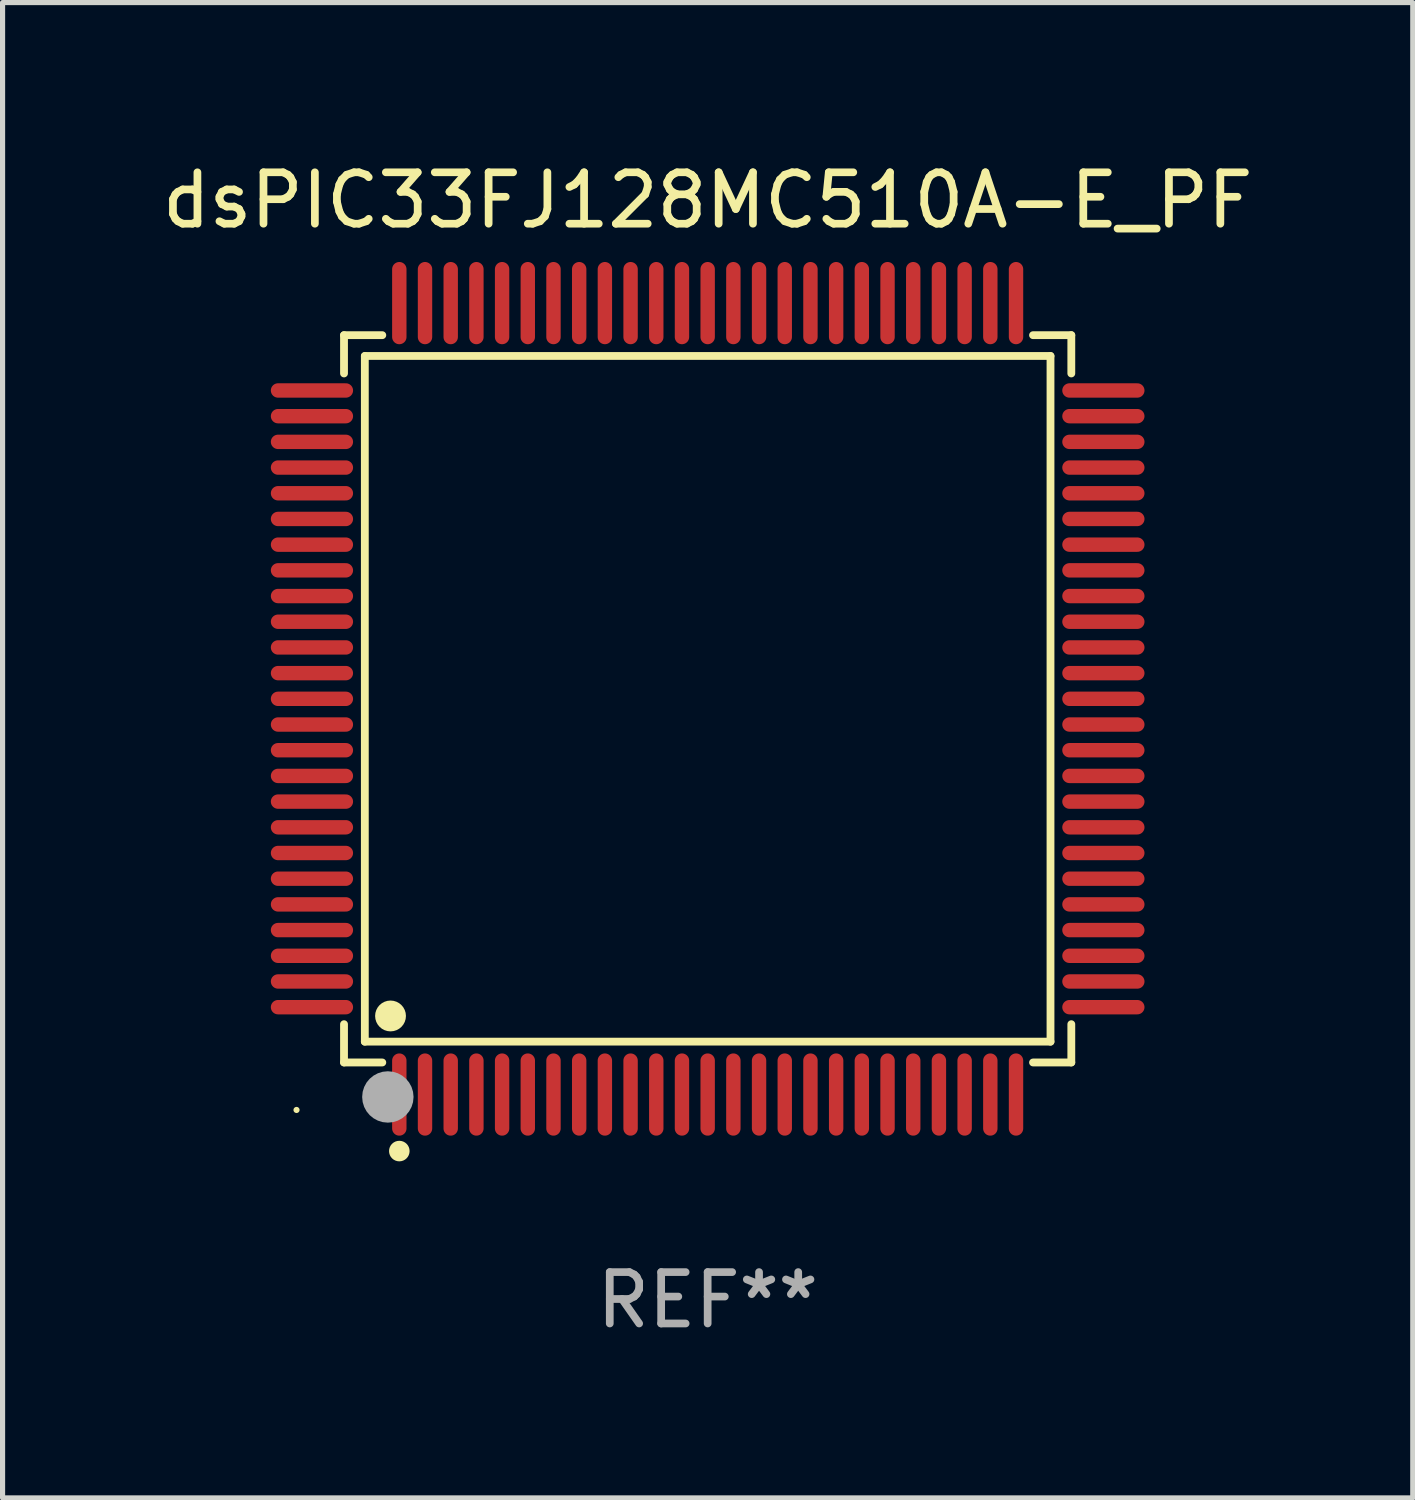
<source format=kicad_pcb>
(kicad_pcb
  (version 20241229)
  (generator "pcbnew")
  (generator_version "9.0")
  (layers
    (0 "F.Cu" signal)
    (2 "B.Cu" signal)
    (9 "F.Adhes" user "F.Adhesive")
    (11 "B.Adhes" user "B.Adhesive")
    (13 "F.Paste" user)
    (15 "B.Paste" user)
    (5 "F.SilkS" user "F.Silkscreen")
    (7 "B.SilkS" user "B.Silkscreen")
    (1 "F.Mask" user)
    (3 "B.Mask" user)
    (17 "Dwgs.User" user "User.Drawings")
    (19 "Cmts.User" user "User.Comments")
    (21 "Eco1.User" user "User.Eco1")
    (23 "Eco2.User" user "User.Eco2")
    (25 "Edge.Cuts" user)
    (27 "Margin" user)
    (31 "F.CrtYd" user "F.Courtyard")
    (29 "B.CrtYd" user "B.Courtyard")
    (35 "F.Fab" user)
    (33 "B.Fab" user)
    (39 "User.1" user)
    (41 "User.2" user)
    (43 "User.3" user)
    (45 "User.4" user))
  (footprint "dsPIC33FJ128MC510A-E_PF"
    (layer "F.Cu")
    (at 10.72 10.548)
    (property "Reference" "dsPIC33FJ128MC510A-E_PF" (at 0 -9.7 0) (layer "F.SilkS") (effects (font (size 1 1) (thickness 0.15))))
    (attr through_hole)
    (fp_line (start -7.076 -7.076) (end -6.331 -7.076) (stroke (width 0.152) (type solid)) (layer "F.SilkS"))
    (fp_line (start -7.076 -6.331) (end -7.076 -7.076) (stroke (width 0.152) (type solid)) (layer "F.SilkS"))
    (fp_line (start -7.076 6.331) (end -7.076 7.076) (stroke (width 0.152) (type solid)) (layer "F.SilkS"))
    (fp_line (start -7.076 7.076) (end -6.331 7.076) (stroke (width 0.152) (type solid)) (layer "F.SilkS"))
    (fp_line (start -6.671 -6.671) (end 6.671 -6.671) (stroke (width 0.152) (type solid)) (layer "F.SilkS"))
    (fp_line (start -6.671 6.671) (end -6.671 -6.671) (stroke (width 0.152) (type solid)) (layer "F.SilkS"))
    (fp_line (start 6.671 -6.671) (end 6.671 6.671) (stroke (width 0.152) (type solid)) (layer "F.SilkS"))
    (fp_line (start 6.671 6.671) (end -6.671 6.671) (stroke (width 0.152) (type solid)) (layer "F.SilkS"))
    (fp_line (start 7.076 -7.076) (end 6.331 -7.076) (stroke (width 0.152) (type solid)) (layer "F.SilkS"))
    (fp_line (start 7.076 -6.331) (end 7.076 -7.076) (stroke (width 0.152) (type solid)) (layer "F.SilkS"))
    (fp_line (start 7.076 6.331) (end 7.076 7.076) (stroke (width 0.152) (type solid)) (layer "F.SilkS"))
    (fp_line (start 7.076 7.076) (end 6.331 7.076) (stroke (width 0.152) (type solid)) (layer "F.SilkS"))
    (fp_circle (center -8 8) (end -7.97 8) (stroke (width 0.06) (type solid)) (fill no) (layer "F.SilkS"))
    (fp_circle (center -6.171 6.171) (end -6.021 6.171) (stroke (width 0.3) (type solid)) (fill no) (layer "F.SilkS"))
    (fp_circle (center -6 8.8) (end -5.9 8.8) (stroke (width 0.2) (type solid)) (fill no) (layer "F.SilkS"))
    (fp_circle (center -6.223 7.747) (end -5.973 7.747) (stroke (width 0.5) (type solid)) (fill no) (layer "F.Fab"))
    (fp_text user "REF**" (at 0 11.7 0) (layer "F.Fab") (effects (font (size 1 1) (thickness 0.15))))
    (pad "1" smd oval (at -6 7.7) (size 0.28 1.6) (layers "F.Cu" "F.Mask" "F.Paste"))
    (pad "2" smd oval (at -5.5 7.7) (size 0.28 1.6) (layers "F.Cu" "F.Mask" "F.Paste"))
    (pad "3" smd oval (at -5 7.7) (size 0.28 1.6) (layers "F.Cu" "F.Mask" "F.Paste"))
    (pad "4" smd oval (at -4.5 7.7) (size 0.28 1.6) (layers "F.Cu" "F.Mask" "F.Paste"))
    (pad "5" smd oval (at -4 7.7) (size 0.28 1.6) (layers "F.Cu" "F.Mask" "F.Paste"))
    (pad "6" smd oval (at -3.5 7.7) (size 0.28 1.6) (layers "F.Cu" "F.Mask" "F.Paste"))
    (pad "7" smd oval (at -3 7.7) (size 0.28 1.6) (layers "F.Cu" "F.Mask" "F.Paste"))
    (pad "8" smd oval (at -2.5 7.7) (size 0.28 1.6) (layers "F.Cu" "F.Mask" "F.Paste"))
    (pad "9" smd oval (at -2 7.7) (size 0.28 1.6) (layers "F.Cu" "F.Mask" "F.Paste"))
    (pad "10" smd oval (at -1.5 7.7) (size 0.28 1.6) (layers "F.Cu" "F.Mask" "F.Paste"))
    (pad "11" smd oval (at -1 7.7) (size 0.28 1.6) (layers "F.Cu" "F.Mask" "F.Paste"))
    (pad "12" smd oval (at -0.5 7.7) (size 0.28 1.6) (layers "F.Cu" "F.Mask" "F.Paste"))
    (pad "13" smd oval (at 0 7.7) (size 0.28 1.6) (layers "F.Cu" "F.Mask" "F.Paste"))
    (pad "14" smd oval (at 0.5 7.7) (size 0.28 1.6) (layers "F.Cu" "F.Mask" "F.Paste"))
    (pad "15" smd oval (at 1 7.7) (size 0.28 1.6) (layers "F.Cu" "F.Mask" "F.Paste"))
    (pad "16" smd oval (at 1.5 7.7) (size 0.28 1.6) (layers "F.Cu" "F.Mask" "F.Paste"))
    (pad "17" smd oval (at 2 7.7) (size 0.28 1.6) (layers "F.Cu" "F.Mask" "F.Paste"))
    (pad "18" smd oval (at 2.5 7.7) (size 0.28 1.6) (layers "F.Cu" "F.Mask" "F.Paste"))
    (pad "19" smd oval (at 3 7.7) (size 0.28 1.6) (layers "F.Cu" "F.Mask" "F.Paste"))
    (pad "20" smd oval (at 3.5 7.7) (size 0.28 1.6) (layers "F.Cu" "F.Mask" "F.Paste"))
    (pad "21" smd oval (at 4 7.7) (size 0.28 1.6) (layers "F.Cu" "F.Mask" "F.Paste"))
    (pad "22" smd oval (at 4.5 7.7) (size 0.28 1.6) (layers "F.Cu" "F.Mask" "F.Paste"))
    (pad "23" smd oval (at 5 7.7) (size 0.28 1.6) (layers "F.Cu" "F.Mask" "F.Paste"))
    (pad "24" smd oval (at 5.5 7.7) (size 0.28 1.6) (layers "F.Cu" "F.Mask" "F.Paste"))
    (pad "25" smd oval (at 6 7.7) (size 0.28 1.6) (layers "F.Cu" "F.Mask" "F.Paste"))
    (pad "26" smd oval (at 7.7 6) (size 1.6 0.28) (layers "F.Cu" "F.Mask" "F.Paste"))
    (pad "27" smd oval (at 7.7 5.5) (size 1.6 0.28) (layers "F.Cu" "F.Mask" "F.Paste"))
    (pad "28" smd oval (at 7.7 5) (size 1.6 0.28) (layers "F.Cu" "F.Mask" "F.Paste"))
    (pad "29" smd oval (at 7.7 4.5) (size 1.6 0.28) (layers "F.Cu" "F.Mask" "F.Paste"))
    (pad "30" smd oval (at 7.7 4) (size 1.6 0.28) (layers "F.Cu" "F.Mask" "F.Paste"))
    (pad "31" smd oval (at 7.7 3.5) (size 1.6 0.28) (layers "F.Cu" "F.Mask" "F.Paste"))
    (pad "32" smd oval (at 7.7 3) (size 1.6 0.28) (layers "F.Cu" "F.Mask" "F.Paste"))
    (pad "33" smd oval (at 7.7 2.5) (size 1.6 0.28) (layers "F.Cu" "F.Mask" "F.Paste"))
    (pad "34" smd oval (at 7.7 2) (size 1.6 0.28) (layers "F.Cu" "F.Mask" "F.Paste"))
    (pad "35" smd oval (at 7.7 1.5) (size 1.6 0.28) (layers "F.Cu" "F.Mask" "F.Paste"))
    (pad "36" smd oval (at 7.7 1) (size 1.6 0.28) (layers "F.Cu" "F.Mask" "F.Paste"))
    (pad "37" smd oval (at 7.7 0.5) (size 1.6 0.28) (layers "F.Cu" "F.Mask" "F.Paste"))
    (pad "38" smd oval (at 7.7 0) (size 1.6 0.28) (layers "F.Cu" "F.Mask" "F.Paste"))
    (pad "39" smd oval (at 7.7 -0.5) (size 1.6 0.28) (layers "F.Cu" "F.Mask" "F.Paste"))
    (pad "40" smd oval (at 7.7 -1) (size 1.6 0.28) (layers "F.Cu" "F.Mask" "F.Paste"))
    (pad "41" smd oval (at 7.7 -1.5) (size 1.6 0.28) (layers "F.Cu" "F.Mask" "F.Paste"))
    (pad "42" smd oval (at 7.7 -2) (size 1.6 0.28) (layers "F.Cu" "F.Mask" "F.Paste"))
    (pad "43" smd oval (at 7.7 -2.5) (size 1.6 0.28) (layers "F.Cu" "F.Mask" "F.Paste"))
    (pad "44" smd oval (at 7.7 -3) (size 1.6 0.28) (layers "F.Cu" "F.Mask" "F.Paste"))
    (pad "45" smd oval (at 7.7 -3.5) (size 1.6 0.28) (layers "F.Cu" "F.Mask" "F.Paste"))
    (pad "46" smd oval (at 7.7 -4) (size 1.6 0.28) (layers "F.Cu" "F.Mask" "F.Paste"))
    (pad "47" smd oval (at 7.7 -4.5) (size 1.6 0.28) (layers "F.Cu" "F.Mask" "F.Paste"))
    (pad "48" smd oval (at 7.7 -5) (size 1.6 0.28) (layers "F.Cu" "F.Mask" "F.Paste"))
    (pad "49" smd oval (at 7.7 -5.5) (size 1.6 0.28) (layers "F.Cu" "F.Mask" "F.Paste"))
    (pad "50" smd oval (at 7.7 -6) (size 1.6 0.28) (layers "F.Cu" "F.Mask" "F.Paste"))
    (pad "51" smd oval (at 6 -7.7) (size 0.28 1.6) (layers "F.Cu" "F.Mask" "F.Paste"))
    (pad "52" smd oval (at 5.5 -7.7) (size 0.28 1.6) (layers "F.Cu" "F.Mask" "F.Paste"))
    (pad "53" smd oval (at 5 -7.7) (size 0.28 1.6) (layers "F.Cu" "F.Mask" "F.Paste"))
    (pad "54" smd oval (at 4.5 -7.7) (size 0.28 1.6) (layers "F.Cu" "F.Mask" "F.Paste"))
    (pad "55" smd oval (at 4 -7.7) (size 0.28 1.6) (layers "F.Cu" "F.Mask" "F.Paste"))
    (pad "56" smd oval (at 3.5 -7.7) (size 0.28 1.6) (layers "F.Cu" "F.Mask" "F.Paste"))
    (pad "57" smd oval (at 3 -7.7) (size 0.28 1.6) (layers "F.Cu" "F.Mask" "F.Paste"))
    (pad "58" smd oval (at 2.5 -7.7) (size 0.28 1.6) (layers "F.Cu" "F.Mask" "F.Paste"))
    (pad "59" smd oval (at 2 -7.7) (size 0.28 1.6) (layers "F.Cu" "F.Mask" "F.Paste"))
    (pad "60" smd oval (at 1.5 -7.7) (size 0.28 1.6) (layers "F.Cu" "F.Mask" "F.Paste"))
    (pad "61" smd oval (at 1 -7.7) (size 0.28 1.6) (layers "F.Cu" "F.Mask" "F.Paste"))
    (pad "62" smd oval (at 0.5 -7.7) (size 0.28 1.6) (layers "F.Cu" "F.Mask" "F.Paste"))
    (pad "63" smd oval (at 0 -7.7) (size 0.28 1.6) (layers "F.Cu" "F.Mask" "F.Paste"))
    (pad "64" smd oval (at -0.5 -7.7) (size 0.28 1.6) (layers "F.Cu" "F.Mask" "F.Paste"))
    (pad "65" smd oval (at -1 -7.7) (size 0.28 1.6) (layers "F.Cu" "F.Mask" "F.Paste"))
    (pad "66" smd oval (at -1.5 -7.7) (size 0.28 1.6) (layers "F.Cu" "F.Mask" "F.Paste"))
    (pad "67" smd oval (at -2 -7.7) (size 0.28 1.6) (layers "F.Cu" "F.Mask" "F.Paste"))
    (pad "68" smd oval (at -2.5 -7.7) (size 0.28 1.6) (layers "F.Cu" "F.Mask" "F.Paste"))
    (pad "69" smd oval (at -3 -7.7) (size 0.28 1.6) (layers "F.Cu" "F.Mask" "F.Paste"))
    (pad "70" smd oval (at -3.5 -7.7) (size 0.28 1.6) (layers "F.Cu" "F.Mask" "F.Paste"))
    (pad "71" smd oval (at -4 -7.7) (size 0.28 1.6) (layers "F.Cu" "F.Mask" "F.Paste"))
    (pad "72" smd oval (at -4.5 -7.7) (size 0.28 1.6) (layers "F.Cu" "F.Mask" "F.Paste"))
    (pad "73" smd oval (at -5 -7.7) (size 0.28 1.6) (layers "F.Cu" "F.Mask" "F.Paste"))
    (pad "74" smd oval (at -5.5 -7.7) (size 0.28 1.6) (layers "F.Cu" "F.Mask" "F.Paste"))
    (pad "75" smd oval (at -6 -7.7) (size 0.28 1.6) (layers "F.Cu" "F.Mask" "F.Paste"))
    (pad "76" smd oval (at -7.7 -6) (size 1.6 0.28) (layers "F.Cu" "F.Mask" "F.Paste"))
    (pad "77" smd oval (at -7.7 -5.5) (size 1.6 0.28) (layers "F.Cu" "F.Mask" "F.Paste"))
    (pad "78" smd oval (at -7.7 -5) (size 1.6 0.28) (layers "F.Cu" "F.Mask" "F.Paste"))
    (pad "79" smd oval (at -7.7 -4.5) (size 1.6 0.28) (layers "F.Cu" "F.Mask" "F.Paste"))
    (pad "80" smd oval (at -7.7 -4) (size 1.6 0.28) (layers "F.Cu" "F.Mask" "F.Paste"))
    (pad "81" smd oval (at -7.7 -3.5) (size 1.6 0.28) (layers "F.Cu" "F.Mask" "F.Paste"))
    (pad "82" smd oval (at -7.7 -3) (size 1.6 0.28) (layers "F.Cu" "F.Mask" "F.Paste"))
    (pad "83" smd oval (at -7.7 -2.5) (size 1.6 0.28) (layers "F.Cu" "F.Mask" "F.Paste"))
    (pad "84" smd oval (at -7.7 -2) (size 1.6 0.28) (layers "F.Cu" "F.Mask" "F.Paste"))
    (pad "85" smd oval (at -7.7 -1.5) (size 1.6 0.28) (layers "F.Cu" "F.Mask" "F.Paste"))
    (pad "86" smd oval (at -7.7 -1) (size 1.6 0.28) (layers "F.Cu" "F.Mask" "F.Paste"))
    (pad "87" smd oval (at -7.7 -0.5) (size 1.6 0.28) (layers "F.Cu" "F.Mask" "F.Paste"))
    (pad "88" smd oval (at -7.7 0) (size 1.6 0.28) (layers "F.Cu" "F.Mask" "F.Paste"))
    (pad "89" smd oval (at -7.7 0.5) (size 1.6 0.28) (layers "F.Cu" "F.Mask" "F.Paste"))
    (pad "90" smd oval (at -7.7 1) (size 1.6 0.28) (layers "F.Cu" "F.Mask" "F.Paste"))
    (pad "91" smd oval (at -7.7 1.5) (size 1.6 0.28) (layers "F.Cu" "F.Mask" "F.Paste"))
    (pad "92" smd oval (at -7.7 2) (size 1.6 0.28) (layers "F.Cu" "F.Mask" "F.Paste"))
    (pad "93" smd oval (at -7.7 2.5) (size 1.6 0.28) (layers "F.Cu" "F.Mask" "F.Paste"))
    (pad "94" smd oval (at -7.7 3) (size 1.6 0.28) (layers "F.Cu" "F.Mask" "F.Paste"))
    (pad "95" smd oval (at -7.7 3.5) (size 1.6 0.28) (layers "F.Cu" "F.Mask" "F.Paste"))
    (pad "96" smd oval (at -7.7 4) (size 1.6 0.28) (layers "F.Cu" "F.Mask" "F.Paste"))
    (pad "97" smd oval (at -7.7 4.5) (size 1.6 0.28) (layers "F.Cu" "F.Mask" "F.Paste"))
    (pad "98" smd oval (at -7.7 5) (size 1.6 0.28) (layers "F.Cu" "F.Mask" "F.Paste"))
    (pad "99" smd oval (at -7.7 5.5) (size 1.6 0.28) (layers "F.Cu" "F.Mask" "F.Paste"))
    (pad "100" smd oval (at -7.7 6) (size 1.6 0.28) (layers "F.Cu" "F.Mask" "F.Paste")))
  (gr_rect
    (start -3 -3)
    (end 24.44 26.097)
    (stroke (width 0.1) (type default))
    (fill no)
    (layer "Edge.Cuts")))
</source>
